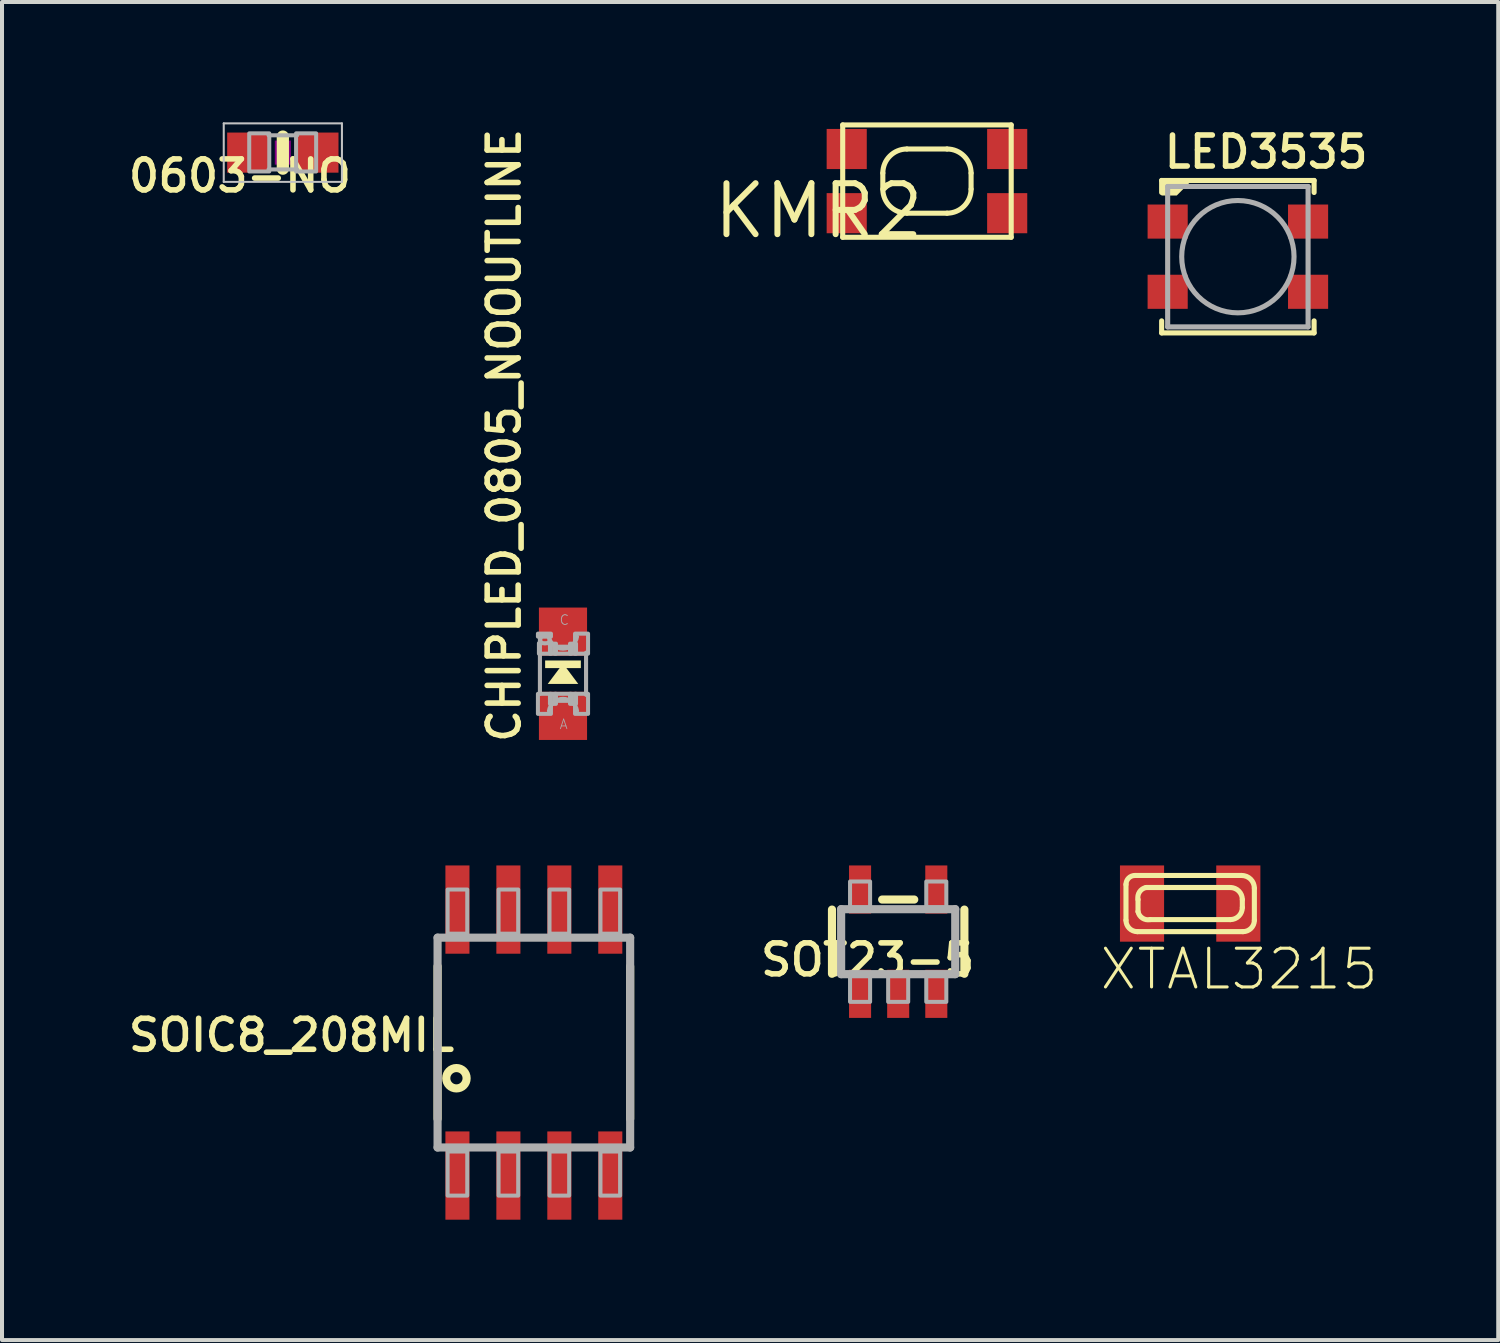
<source format=kicad_pcb>
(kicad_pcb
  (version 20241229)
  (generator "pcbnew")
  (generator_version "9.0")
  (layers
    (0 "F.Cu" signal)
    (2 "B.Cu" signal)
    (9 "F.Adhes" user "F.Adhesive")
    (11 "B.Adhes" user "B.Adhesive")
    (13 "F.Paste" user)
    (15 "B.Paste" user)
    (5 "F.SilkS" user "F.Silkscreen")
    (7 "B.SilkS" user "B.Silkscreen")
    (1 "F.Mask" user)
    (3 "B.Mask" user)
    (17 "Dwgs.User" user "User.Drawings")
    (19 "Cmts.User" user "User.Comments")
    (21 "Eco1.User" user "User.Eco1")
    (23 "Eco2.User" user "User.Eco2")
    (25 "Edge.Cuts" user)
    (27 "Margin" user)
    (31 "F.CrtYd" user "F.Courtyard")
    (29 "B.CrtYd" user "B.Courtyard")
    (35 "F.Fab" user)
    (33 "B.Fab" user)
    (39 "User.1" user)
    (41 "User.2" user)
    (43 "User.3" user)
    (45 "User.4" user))
  (footprint "0603-NO"
    (layer "F.Cu")
    (at 4 0.754)
    (property "Reference" "0603-NO" (at 1.778 0.127 180) (layer "F.SilkS") (effects (font (size 0.772 0.772) (thickness 0.139)) (justify right top)))
    (attr through_hole)
    (fp_line (start 0 -0.4) (end 0 0.4) (stroke (width 0.305) (type solid)) (layer "F.SilkS"))
    (fp_poly (pts (xy -0.2 0.3) (xy 0.2 0.3) (xy 0.2 -0.3) (xy -0.2 -0.3)) (stroke (width 0) (type solid)) (fill yes) (layer "F.Adhes"))
    (fp_line (start -1.473 -0.729) (end 1.473 -0.729) (stroke (width 0.051) (type solid)) (layer "Dwgs.User"))
    (fp_line (start -1.473 0.729) (end -1.473 -0.729) (stroke (width 0.051) (type solid)) (layer "Dwgs.User"))
    (fp_line (start 1.473 -0.729) (end 1.473 0.729) (stroke (width 0.051) (type solid)) (layer "Dwgs.User"))
    (fp_line (start 1.473 0.729) (end -1.473 0.729) (stroke (width 0.051) (type solid)) (layer "Dwgs.User"))
    (fp_line (start -0.356 -0.432) (end 0.356 -0.432) (stroke (width 0.102) (type solid)) (layer "F.Fab"))
    (fp_line (start -0.356 0.419) (end 0.356 0.419) (stroke (width 0.102) (type solid)) (layer "F.Fab"))
    (fp_poly (pts (xy -0.838 0.47) (xy -0.338 0.47) (xy -0.338 -0.48) (xy -0.838 -0.48)) (stroke (width 0.1) (type solid)) (fill no) (layer "F.Fab"))
    (fp_poly (pts (xy 0.33 0.47) (xy 0.83 0.47) (xy 0.83 -0.48) (xy 0.33 -0.48)) (stroke (width 0.1) (type solid)) (fill no) (layer "F.Fab"))
    (pad "1" smd rect (at -0.85 0) (size 1.075 1) (layers "F.Cu" "F.Mask" "F.Paste"))
    (pad "2" smd rect (at 0.85 0) (size 1.075 1) (layers "F.Cu" "F.Mask" "F.Paste")))
  (footprint "CHIPLED_0805_NOOUTLINE"
    (layer "F.Cu")
    (at 10.983 13.744)
    (property "Reference" "CHIPLED_0805_NOOUTLINE" (at -1.016 1.778 90) (layer "F.SilkS") (effects (font (size 0.772 0.772) (thickness 0.139)) (justify left bottom)))
    (attr through_hole)
    (fp_poly (pts (xy 0 -0.254) (xy -0.381 0.254) (xy 0.381 0.254)) (stroke (width 0) (type solid)) (fill yes) (layer "F.SilkS"))
    (fp_poly (pts (xy -0.445 -0.141) (xy 0.445 -0.141) (xy 0.445 -0.331) (xy -0.445 -0.331)) (stroke (width 0) (type solid)) (fill yes) (layer "F.SilkS"))
    (fp_line (start -0.575 0.5) (end -0.575 -0.925) (stroke (width 0.102) (type solid)) (layer "F.Fab"))
    (fp_line (start 0.575 -0.525) (end 0.575 0.525) (stroke (width 0.102) (type solid)) (layer "F.Fab"))
    (fp_arc (start -0.35 0.925) (mid -0.000001 0.625027) (end 0.35 0.924998) (stroke (width 0.1016) (type solid)) (layer "F.Fab"))
    (fp_arc (start 0.35 -0.924998) (mid -0.000001 -0.625027) (end -0.35 -0.925) (stroke (width 0.1016) (type solid)) (layer "F.Fab"))
    (fp_circle (center -0.45 -0.85) (end -0.347 -0.85) (stroke (width 0.076) (type solid)) (fill no) (layer "F.Fab"))
    (fp_poly (pts (xy -0.625 -0.925) (xy -0.3 -0.925) (xy -0.3 -1) (xy -0.625 -1)) (stroke (width 0.1) (type solid)) (fill no) (layer "F.Fab"))
    (fp_poly (pts (xy -0.625 1) (xy -0.3 1) (xy -0.3 0.5) (xy -0.625 0.5)) (stroke (width 0.1) (type solid)) (fill no) (layer "F.Fab"))
    (fp_poly (pts (xy -0.6 -0.5) (xy -0.3 -0.5) (xy -0.3 -0.762) (xy -0.6 -0.762)) (stroke (width 0.1) (type solid)) (fill no) (layer "F.Fab"))
    (fp_poly (pts (xy -0.325 -0.5) (xy -0.175 -0.5) (xy -0.175 -0.75) (xy -0.325 -0.75)) (stroke (width 0.1) (type solid)) (fill no) (layer "F.Fab"))
    (fp_poly (pts (xy -0.325 0.75) (xy -0.175 0.75) (xy -0.175 0.5) (xy -0.325 0.5)) (stroke (width 0.1) (type solid)) (fill no) (layer "F.Fab"))
    (fp_poly (pts (xy -0.2 -0.5) (xy 0.2 -0.5) (xy 0.2 -0.675) (xy -0.2 -0.675)) (stroke (width 0.1) (type solid)) (fill no) (layer "F.Fab"))
    (fp_poly (pts (xy -0.2 0.675) (xy 0.2 0.675) (xy 0.2 0.5) (xy -0.2 0.5)) (stroke (width 0.1) (type solid)) (fill no) (layer "F.Fab"))
    (fp_poly (pts (xy 0.175 -0.5) (xy 0.325 -0.5) (xy 0.325 -0.75) (xy 0.175 -0.75)) (stroke (width 0.1) (type solid)) (fill no) (layer "F.Fab"))
    (fp_poly (pts (xy 0.175 0.75) (xy 0.325 0.75) (xy 0.325 0.5) (xy 0.175 0.5)) (stroke (width 0.1) (type solid)) (fill no) (layer "F.Fab"))
    (fp_poly (pts (xy 0.3 -0.5) (xy 0.625 -0.5) (xy 0.625 -1) (xy 0.3 -1)) (stroke (width 0.1) (type solid)) (fill no) (layer "F.Fab"))
    (fp_poly (pts (xy 0.3 1) (xy 0.625 1) (xy 0.625 0.5) (xy 0.3 0.5)) (stroke (width 0.1) (type solid)) (fill no) (layer "F.Fab"))
    (fp_text user "A" (at -0.1 1.4 0) (layer "F.Fab") (effects (font (size 0.241 0.241) (thickness 0.02)) (justify left bottom)))
    (fp_text user "C" (at -0.1 -1.2 0) (layer "F.Fab") (effects (font (size 0.241 0.241) (thickness 0.02)) (justify left bottom)))
    (pad "A" smd rect (at 0 1.05) (size 1.2 1.2) (layers "F.Cu" "F.Mask" "F.Paste"))
    (pad "C" smd rect (at 0 -1.05) (size 1.2 1.2) (layers "F.Cu" "F.Mask" "F.Paste")))
  (footprint "LED3535"
    (layer "F.Cu")
    (at 27.805 3.348)
    (property "Reference" "LED3535" (at -1.905 -2.159 0) (layer "F.SilkS") (effects (font (size 0.772 0.772) (thickness 0.139)) (justify left bottom)))
    (attr through_hole)
    (fp_line (start -1.9 -1.9) (end 1.9 -1.9) (stroke (width 0.127) (type solid)) (layer "F.SilkS"))
    (fp_line (start -1.9 -1.6) (end -1.9 -1.9) (stroke (width 0.127) (type solid)) (layer "F.SilkS"))
    (fp_line (start -1.9 1.6) (end -1.9 1.9) (stroke (width 0.127) (type solid)) (layer "F.SilkS"))
    (fp_line (start -1.9 1.9) (end 1.9 1.9) (stroke (width 0.127) (type solid)) (layer "F.SilkS"))
    (fp_line (start 1.9 -1.9) (end 1.9 -1.6) (stroke (width 0.127) (type solid)) (layer "F.SilkS"))
    (fp_line (start 1.9 1.9) (end 1.9 1.6) (stroke (width 0.127) (type solid)) (layer "F.SilkS"))
    (fp_poly (pts (xy -1.905 -1.905) (xy -1.905 -1.524) (xy -1.524 -1.524) (xy -1.143 -1.905)) (stroke (width 0) (type solid)) (fill yes) (layer "F.SilkS"))
    (fp_line (start -1.75 -1.75) (end 1.75 -1.75) (stroke (width 0.127) (type solid)) (layer "F.Fab"))
    (fp_line (start -1.75 1.75) (end -1.75 -1.75) (stroke (width 0.127) (type solid)) (layer "F.Fab"))
    (fp_line (start 1.75 -1.75) (end 1.75 1.75) (stroke (width 0.127) (type solid)) (layer "F.Fab"))
    (fp_line (start 1.75 1.75) (end -1.75 1.75) (stroke (width 0.127) (type solid)) (layer "F.Fab"))
    (fp_circle (center 0 0) (end 1.4 0) (stroke (width 0.127) (type solid)) (fill no) (layer "F.Fab"))
    (pad "1" smd rect (at -1.75 -0.875 90) (size 0.85 1) (layers "F.Cu" "F.Mask" "F.Paste"))
    (pad "2" smd rect (at -1.75 0.875 90) (size 0.85 1) (layers "F.Cu" "F.Mask" "F.Paste"))
    (pad "3" smd rect (at 1.75 0.875 90) (size 0.85 1) (layers "F.Cu" "F.Mask" "F.Paste"))
    (pad "4" smd rect (at 1.75 -0.875 90) (size 0.85 1) (layers "F.Cu" "F.Mask" "F.Paste")))
  (footprint "SOIC8_208MIL"
    (layer "F.Cu")
    (at 10.257 22.937)
    (property "Reference" "SOIC8_208MIL" (at -1.905 -0.635 180) (layer "F.SilkS") (effects (font (size 0.772 0.772) (thickness 0.139)) (justify right top)))
    (attr through_hole)
    (fp_line (start -2.4 1.9) (end -2.4 -1.9) (stroke (width 0.203) (type solid)) (layer "F.SilkS"))
    (fp_line (start 2.4 -1.9) (end 2.4 1.9) (stroke (width 0.203) (type solid)) (layer "F.SilkS"))
    (fp_circle (center -1.93 0.889) (end -1.676 0.889) (stroke (width 0.203) (type solid)) (fill no) (layer "F.SilkS"))
    (fp_line (start -2.4 -2.615) (end 2.4 -2.615) (stroke (width 0.203) (type solid)) (layer "F.Fab"))
    (fp_line (start -2.4 2.615) (end -2.4 -2.615) (stroke (width 0.203) (type solid)) (layer "F.Fab"))
    (fp_line (start 2.4 -2.615) (end 2.4 2.615) (stroke (width 0.203) (type solid)) (layer "F.Fab"))
    (fp_line (start 2.4 2.615) (end -2.4 2.615) (stroke (width 0.203) (type solid)) (layer "F.Fab"))
    (fp_poly (pts (xy -2.15 -2.715) (xy -1.66 -2.715) (xy -1.66 -3.815) (xy -2.15 -3.815)) (stroke (width 0.1) (type solid)) (fill no) (layer "F.Fab"))
    (fp_poly (pts (xy -2.15 3.815) (xy -1.66 3.815) (xy -1.66 2.715) (xy -2.15 2.715)) (stroke (width 0.1) (type solid)) (fill no) (layer "F.Fab"))
    (fp_poly (pts (xy -0.88 -2.715) (xy -0.39 -2.715) (xy -0.39 -3.815) (xy -0.88 -3.815)) (stroke (width 0.1) (type solid)) (fill no) (layer "F.Fab"))
    (fp_poly (pts (xy -0.88 3.815) (xy -0.39 3.815) (xy -0.39 2.715) (xy -0.88 2.715)) (stroke (width 0.1) (type solid)) (fill no) (layer "F.Fab"))
    (fp_poly (pts (xy 0.39 -2.715) (xy 0.88 -2.715) (xy 0.88 -3.815) (xy 0.39 -3.815)) (stroke (width 0.1) (type solid)) (fill no) (layer "F.Fab"))
    (fp_poly (pts (xy 0.39 3.815) (xy 0.88 3.815) (xy 0.88 2.715) (xy 0.39 2.715)) (stroke (width 0.1) (type solid)) (fill no) (layer "F.Fab"))
    (fp_poly (pts (xy 1.66 -2.715) (xy 2.15 -2.715) (xy 2.15 -3.815) (xy 1.66 -3.815)) (stroke (width 0.1) (type solid)) (fill no) (layer "F.Fab"))
    (fp_poly (pts (xy 1.66 3.815) (xy 2.15 3.815) (xy 2.15 2.715) (xy 1.66 2.715)) (stroke (width 0.1) (type solid)) (fill no) (layer "F.Fab"))
    (pad "1" smd rect (at -1.905 3.315) (size 0.6 2.2) (layers "F.Cu" "F.Mask" "F.Paste"))
    (pad "2" smd rect (at -0.635 3.315) (size 0.6 2.2) (layers "F.Cu" "F.Mask" "F.Paste"))
    (pad "3" smd rect (at 0.635 3.315) (size 0.6 2.2) (layers "F.Cu" "F.Mask" "F.Paste"))
    (pad "4" smd rect (at 1.905 3.315) (size 0.6 2.2) (layers "F.Cu" "F.Mask" "F.Paste"))
    (pad "5" smd rect (at 1.905 -3.315) (size 0.6 2.2) (layers "F.Cu" "F.Mask" "F.Paste"))
    (pad "6" smd rect (at 0.635 -3.315) (size 0.6 2.2) (layers "F.Cu" "F.Mask" "F.Paste"))
    (pad "7" smd rect (at -0.635 -3.315) (size 0.6 2.2) (layers "F.Cu" "F.Mask" "F.Paste"))
    (pad "8" smd rect (at -1.905 -3.315) (size 0.6 2.2) (layers "F.Cu" "F.Mask" "F.Paste")))
  (footprint "SOT23-5"
    (layer "F.Cu")
    (at 19.338 20.422)
    (property "Reference" "SOT23-5" (at 1.978 0 180) (layer "F.SilkS") (effects (font (size 0.772 0.772) (thickness 0.139)) (justify right top)))
    (attr through_hole)
    (fp_line (start -1.65 -0.8) (end -1.65 0.8) (stroke (width 0.203) (type solid)) (layer "F.SilkS"))
    (fp_line (start -0.4 -1.05) (end 0.4 -1.05) (stroke (width 0.203) (type solid)) (layer "F.SilkS"))
    (fp_line (start 1.65 -0.8) (end 1.65 0.8) (stroke (width 0.203) (type solid)) (layer "F.SilkS"))
    (fp_line (start -1.422 -0.81) (end 1.422 -0.81) (stroke (width 0.203) (type solid)) (layer "F.Fab"))
    (fp_line (start -1.422 0.81) (end -1.422 -0.81) (stroke (width 0.203) (type solid)) (layer "F.Fab"))
    (fp_line (start 1.422 -0.81) (end 1.422 0.81) (stroke (width 0.203) (type solid)) (layer "F.Fab"))
    (fp_line (start 1.422 0.81) (end -1.422 0.81) (stroke (width 0.203) (type solid)) (layer "F.Fab"))
    (fp_poly (pts (xy -1.2 -0.85) (xy -0.7 -0.85) (xy -0.7 -1.5) (xy -1.2 -1.5)) (stroke (width 0.1) (type solid)) (fill no) (layer "F.Fab"))
    (fp_poly (pts (xy -1.2 1.5) (xy -0.7 1.5) (xy -0.7 0.85) (xy -1.2 0.85)) (stroke (width 0.1) (type solid)) (fill no) (layer "F.Fab"))
    (fp_poly (pts (xy -0.25 1.5) (xy 0.25 1.5) (xy 0.25 0.85) (xy -0.25 0.85)) (stroke (width 0.1) (type solid)) (fill no) (layer "F.Fab"))
    (fp_poly (pts (xy 0.7 -0.85) (xy 1.2 -0.85) (xy 1.2 -1.5) (xy 0.7 -1.5)) (stroke (width 0.1) (type solid)) (fill no) (layer "F.Fab"))
    (fp_poly (pts (xy 0.7 1.5) (xy 1.2 1.5) (xy 1.2 0.85) (xy 0.7 0.85)) (stroke (width 0.1) (type solid)) (fill no) (layer "F.Fab"))
    (pad "1" smd rect (at -0.95 1.3) (size 0.55 1.2) (layers "F.Cu" "F.Mask" "F.Paste"))
    (pad "2" smd rect (at 0 1.3) (size 0.55 1.2) (layers "F.Cu" "F.Mask" "F.Paste"))
    (pad "3" smd rect (at 0.95 1.3) (size 0.55 1.2) (layers "F.Cu" "F.Mask" "F.Paste"))
    (pad "4" smd rect (at 0.95 -1.3) (size 0.55 1.2) (layers "F.Cu" "F.Mask" "F.Paste"))
    (pad "5" smd rect (at -0.95 -1.3) (size 0.55 1.2) (layers "F.Cu" "F.Mask" "F.Paste")))
  (footprint "XTAL3215"
    (layer "F.Cu")
    (at 26.616 19.472)
    (property "Reference" "XTAL3215" (at -2.3 2.2 0) (layer "F.SilkS") (effects (font (size 0.965 0.965) (thickness 0.077)) (justify left bottom)))
    (attr through_hole)
    (fp_line (start -1.6 0.417) (end -1.6 -0.476) (stroke (width 0.127) (type solid)) (layer "F.SilkS"))
    (fp_line (start -1.376 -0.7) (end 1.284 -0.7) (stroke (width 0.127) (type solid)) (layer "F.SilkS"))
    (fp_line (start -1.3 0.2) (end -1.3 -0.1) (stroke (width 0.127) (type solid)) (layer "F.SilkS"))
    (fp_line (start -1.1 -0.4) (end 1 -0.4) (stroke (width 0.127) (type solid)) (layer "F.SilkS"))
    (fp_line (start 1 0.4) (end -1 0.4) (stroke (width 0.127) (type solid)) (layer "F.SilkS"))
    (fp_line (start 1.3 -0.1) (end 1.3 0.1) (stroke (width 0.127) (type solid)) (layer "F.SilkS"))
    (fp_line (start 1.317 0.7) (end -1.317 0.7) (stroke (width 0.127) (type solid)) (layer "F.SilkS"))
    (fp_line (start 1.6 -0.384) (end 1.6 0.417) (stroke (width 0.127) (type solid)) (layer "F.SilkS"))
    (fp_arc (start -1.6 -0.4764) (mid -1.534509 -0.634509) (end -1.3764 -0.7) (stroke (width 0.127) (type solid)) (layer "F.SilkS"))
    (fp_arc (start -1.3172 0.7) (mid -1.51717 0.61717) (end -1.6 0.4172) (stroke (width 0.127) (type solid)) (layer "F.SilkS"))
    (fp_arc (start -1.3 -0.1) (mid -1.262161 -0.291441) (end -1.099999 -0.399999) (stroke (width 0.127) (type solid)) (layer "F.SilkS"))
    (fp_arc (start -1 0.4) (mid -1.191422 0.362132) (end -1.300001 0.199999) (stroke (width 0.127) (type solid)) (layer "F.SilkS"))
    (fp_arc (start 1 -0.4) (mid 1.212103 -0.312103) (end 1.3 -0.1) (stroke (width 0.127) (type solid)) (layer "F.SilkS"))
    (fp_arc (start 1.2838 -0.7) (mid 1.507387 -0.607387) (end 1.6 -0.3838) (stroke (width 0.127) (type solid)) (layer "F.SilkS"))
    (fp_arc (start 1.3 0.1) (mid 1.212131 0.312132) (end 0.999999 0.399999) (stroke (width 0.127) (type solid)) (layer "F.SilkS"))
    (fp_arc (start 1.6 0.4172) (mid 1.51717 0.61717) (end 1.3172 0.7) (stroke (width 0.127) (type solid)) (layer "F.SilkS"))
    (pad "P$1" smd rect (at 1.2 0) (size 1.1 1.9) (layers "F.Cu" "F.Mask" "F.Paste"))
    (pad "P$2" smd rect (at -1.2 0 180) (size 1.1 1.9) (layers "F.Cu" "F.Mask" "F.Paste")))
  (footprint "KMR2"
    (layer "F.Cu")
    (at 20.055 1.464)
    (property "Reference" "KMR2" (at 0 0 0) (layer "F.SilkS") (effects (font (size 1.27 1.27) (thickness 0.15)) (justify right top)))
    (attr through_hole)
    (fp_line (start -2.1 -1.4) (end 2.1 -1.4) (stroke (width 0.127) (type solid)) (layer "F.SilkS"))
    (fp_line (start -2.1 1.4) (end -2.1 -1.4) (stroke (width 0.127) (type solid)) (layer "F.SilkS"))
    (fp_line (start -1.1 0.2) (end -1.1 -0.2) (stroke (width 0.127) (type solid)) (layer "F.SilkS"))
    (fp_line (start -0.5 -0.8) (end 0.5 -0.8) (stroke (width 0.127) (type solid)) (layer "F.SilkS"))
    (fp_line (start 0.5 0.8) (end -0.5 0.8) (stroke (width 0.127) (type solid)) (layer "F.SilkS"))
    (fp_line (start 1.1 -0.2) (end 1.1 0.2) (stroke (width 0.127) (type solid)) (layer "F.SilkS"))
    (fp_line (start 2.1 -1.4) (end 2.1 1.4) (stroke (width 0.127) (type solid)) (layer "F.SilkS"))
    (fp_line (start 2.1 1.4) (end -2.1 1.4) (stroke (width 0.127) (type solid)) (layer "F.SilkS"))
    (fp_arc (start -1.1 -0.2) (mid -0.924263 -0.624264) (end -0.499998 -0.8) (stroke (width 0.127) (type solid)) (layer "F.SilkS"))
    (fp_arc (start -0.5 0.8) (mid -0.924264 0.624263) (end -1.1 0.199998) (stroke (width 0.127) (type solid)) (layer "F.SilkS"))
    (fp_arc (start 0.5 -0.8) (mid 0.924264 -0.624263) (end 1.1 -0.199998) (stroke (width 0.127) (type solid)) (layer "F.SilkS"))
    (fp_arc (start 1.1 0.2) (mid 0.924263 0.624264) (end 0.499998 0.8) (stroke (width 0.127) (type solid)) (layer "F.SilkS"))
    (pad "1" smd rect (at 2 -0.8) (size 1 1) (layers "F.Cu" "F.Mask" "F.Paste"))
    (pad "2" smd rect (at 2 0.8) (size 1 1) (layers "F.Cu" "F.Mask" "F.Paste"))
    (pad "3" smd rect (at -2 -0.8) (size 1 1) (layers "F.Cu" "F.Mask" "F.Paste"))
    (pad "4" smd rect (at -2 0.8) (size 1 1) (layers "F.Cu" "F.Mask" "F.Paste")))
  (gr_rect
    (start -3 -3)
    (end 34.295 30.352)
    (stroke (width 0.1) (type default))
    (fill no)
    (layer "Edge.Cuts")))
</source>
